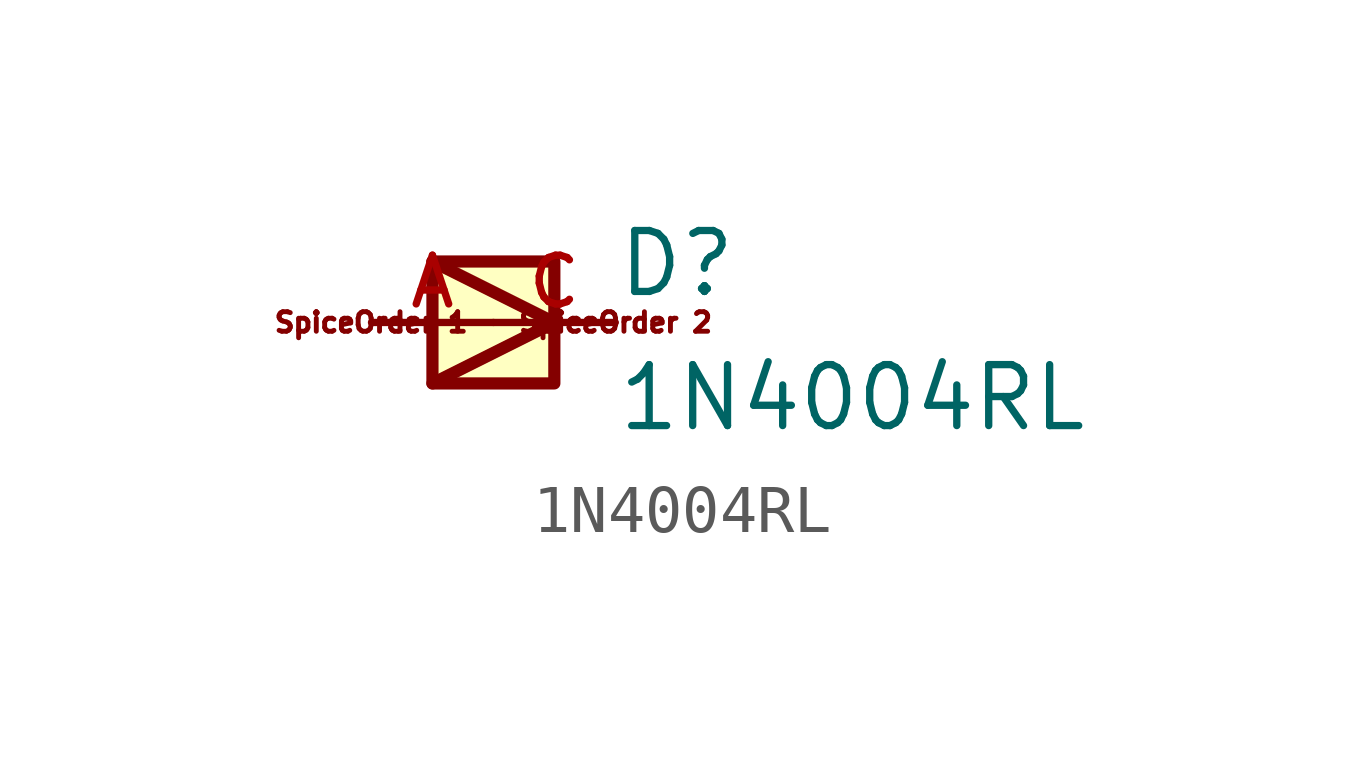
<source format=kicad_sym>
(kicad_symbol_lib
  (version 20211014)
  (generator kicad_symbol_editor)
  (symbol "1N4004RL"
    (pin_names
      (offset 1.016))
    (property "Reference" "D"
      (at 2.544 0.483 0)
      (effects (font (size 1.27 1.27)) (justify bottom left)))
    (property "Value" "1N4004RL"
      (at 2.541 -2.312 0)
      (effects (font (size 1.27 1.27)) (justify bottom left)))
    (symbol "1N4004RL_0_0"
      (polyline (pts (xy -1.27 -1.27) (xy 1.27 0.0)) (stroke (width 0.254)))
      (polyline (pts (xy 1.27 0.0) (xy -1.27 1.27)) (stroke (width 0.254)))
      (text "SpiceOrder 1" (at -2.547 0.0 0) (effects (font (size 0.407 0.407))))
      (text "SpiceOrder 2" (at 2.546 0.0 0) (effects (font (size 0.407 0.407))))
      (rectangle (start -1.27 -1.27) (end 1.27 1.27) (stroke (width 0.254)) (fill (type background)))
      (pin passive line (at -2.54 0.0 0) (length 2.54) (name "~" (effects (font (size 1.016 1.016)))) (number "A" (effects (font (size 1.016 1.016)))))
      (pin passive line (at 2.54 0.0 180.0) (length 2.54) (name "~" (effects (font (size 1.016 1.016)))) (number "C" (effects (font (size 1.016 1.016))))))))
</source>
